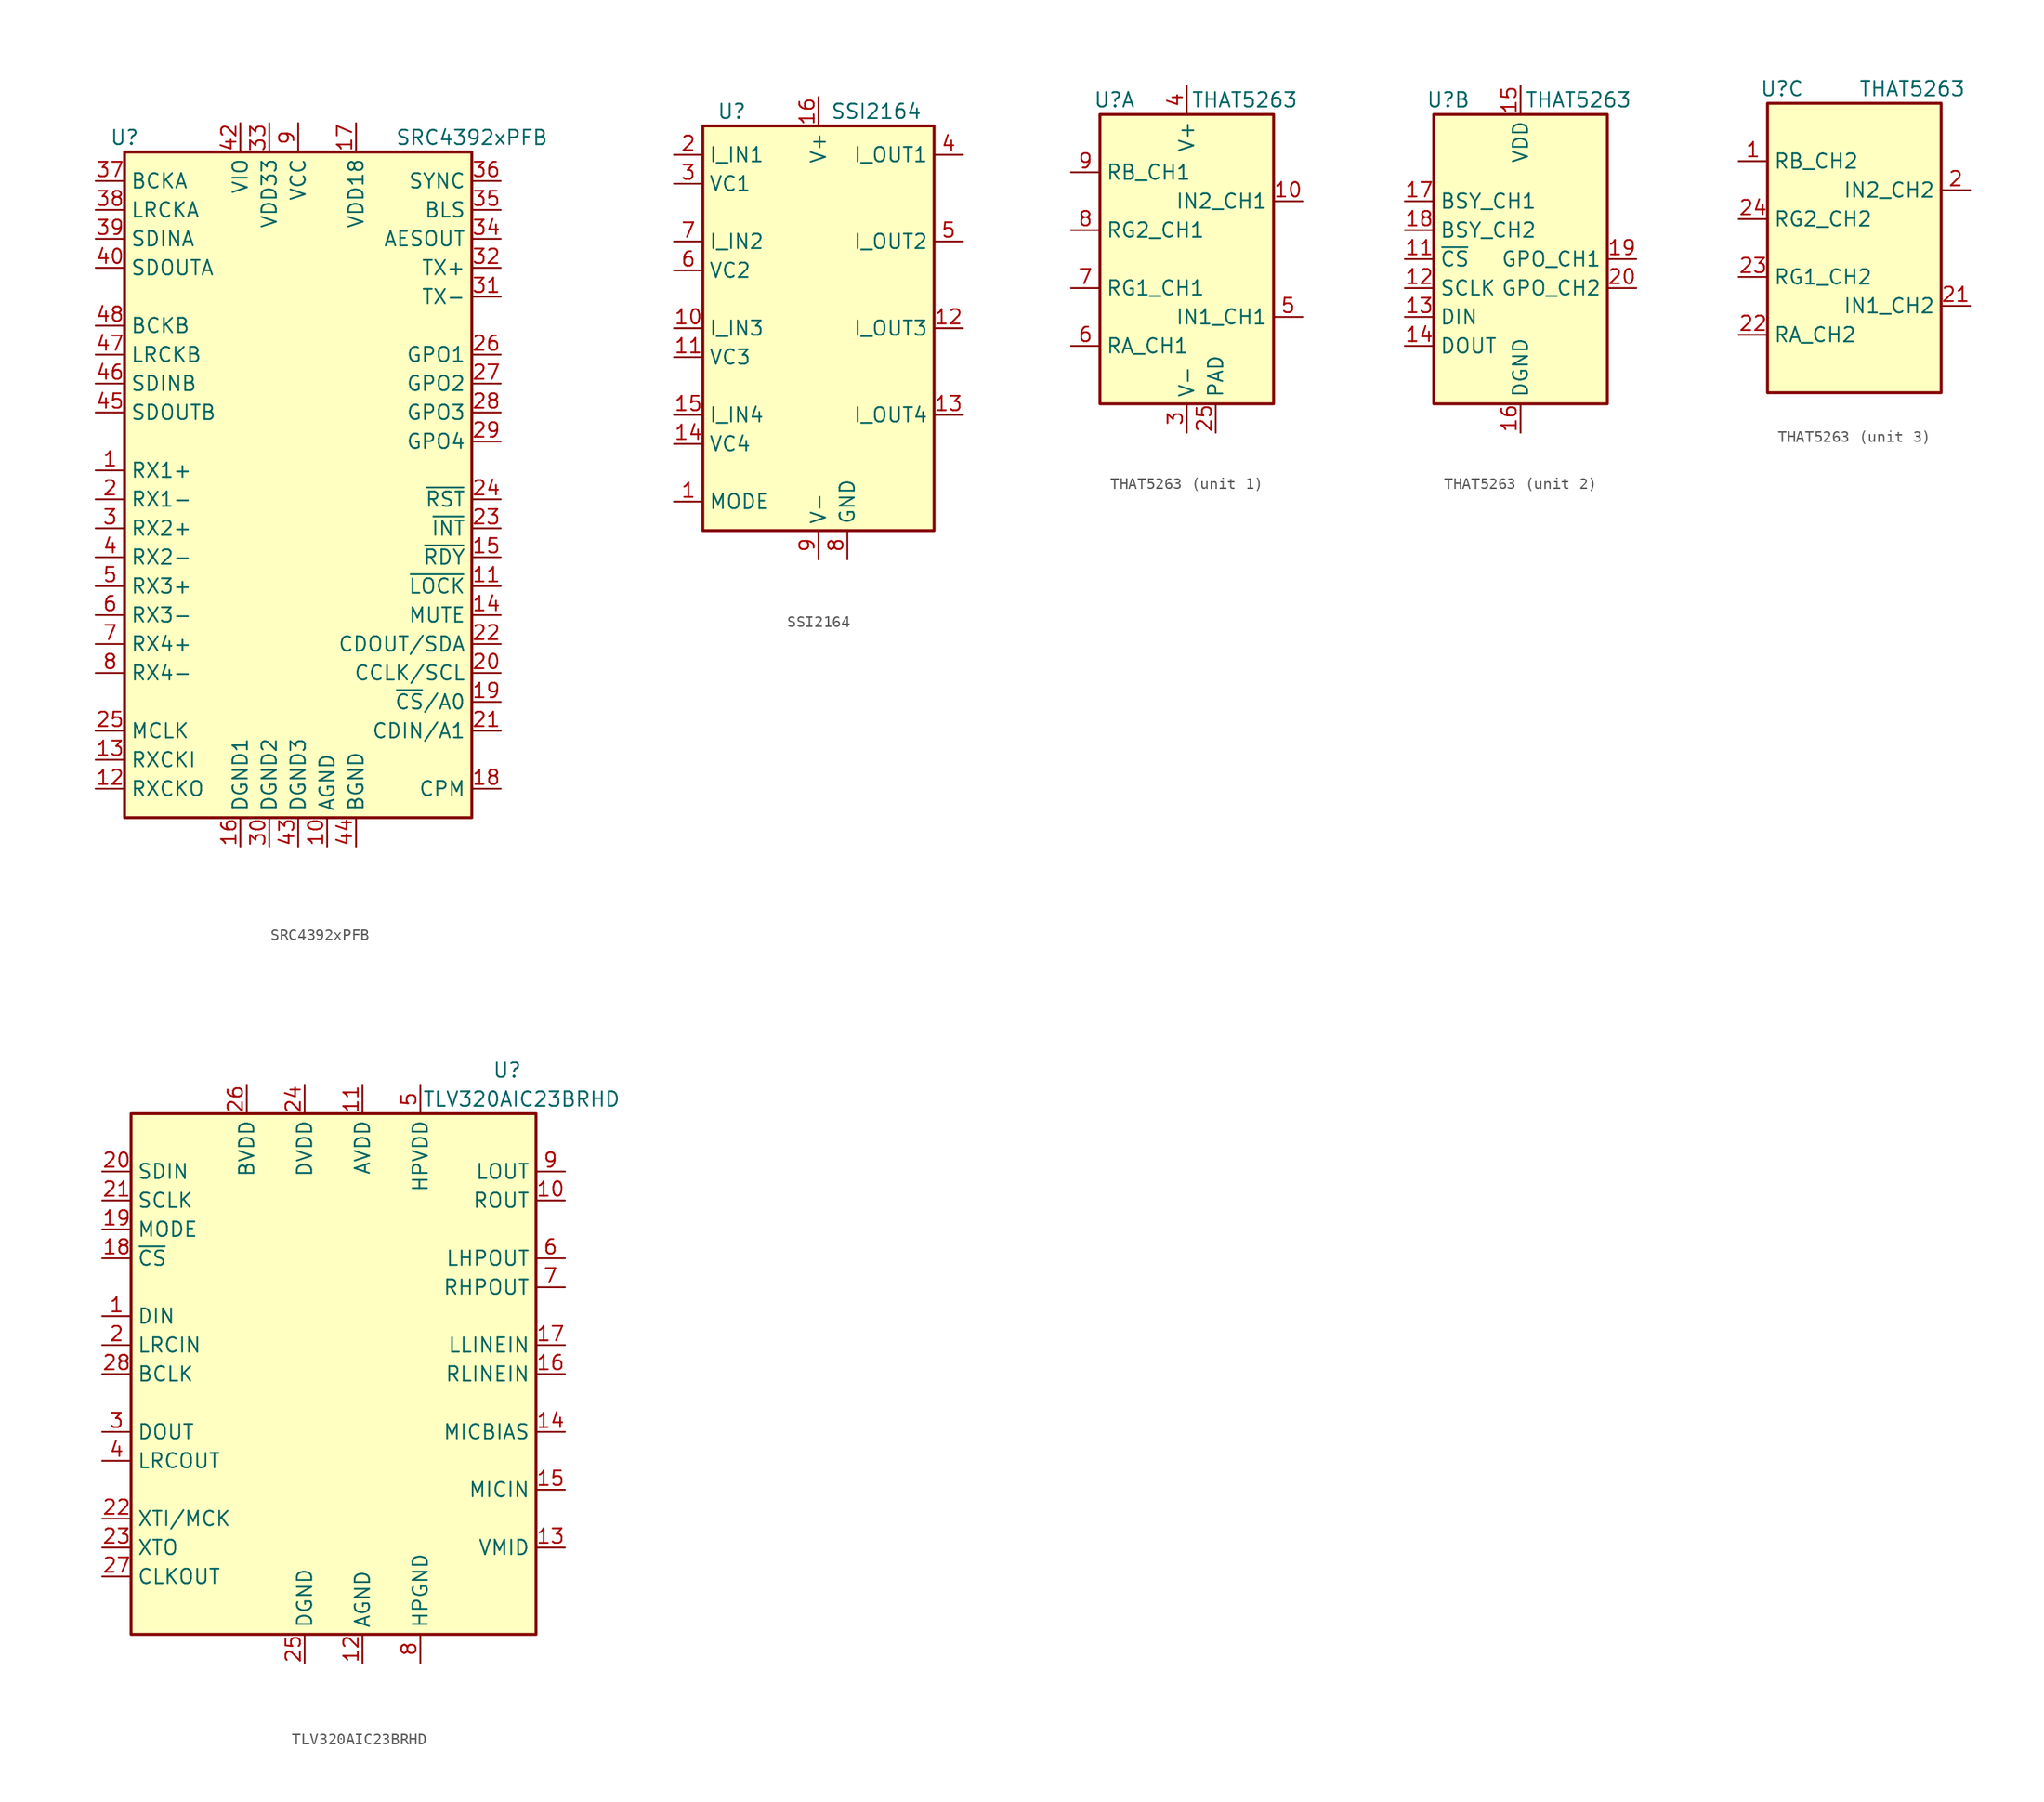
<source format=kicad_sym>
(kicad_symbol_lib
  (version 20220914)
  (generator kicad_symbol_editor)
  (symbol "SRC4392xPFB"
    (property "Reference" "U"
      (at -15.24 31.75 0)
      (effects (font (size 1.27 1.27))))
    (property "Value" "SRC4392xPFB"
      (at 15.24 31.75 0)
      (effects (font (size 1.27 1.27))))
    (symbol "SRC4392xPFB_0_1"
      (rectangle (start -15.24 30.48) (end 15.24 -27.94) (stroke (width 0.254) (type default)) (fill (type background))))
    (symbol "SRC4392xPFB_1_1"
      (pin input line (at -17.78 2.54 0) (length 2.54) (name "RX1+" (effects (font (size 1.27 1.27)))) (number "1" (effects (font (size 1.27 1.27)))))
      (pin power_in line (at 2.54 -30.48 90) (length 2.54) (name "AGND" (effects (font (size 1.27 1.27)))) (number "10" (effects (font (size 1.27 1.27)))))
      (pin output line (at 17.78 -7.62 180) (length 2.54) (name "~{LOCK}" (effects (font (size 1.27 1.27)))) (number "11" (effects (font (size 1.27 1.27)))))
      (pin output line (at -17.78 -25.4 0) (length 2.54) (name "RXCKO" (effects (font (size 1.27 1.27)))) (number "12" (effects (font (size 1.27 1.27)))))
      (pin input line (at -17.78 -22.86 0) (length 2.54) (name "RXCKI" (effects (font (size 1.27 1.27)))) (number "13" (effects (font (size 1.27 1.27)))))
      (pin input line (at 17.78 -10.16 180) (length 2.54) (name "MUTE" (effects (font (size 1.27 1.27)))) (number "14" (effects (font (size 1.27 1.27)))))
      (pin output line (at 17.78 -5.08 180) (length 2.54) (name "~{RDY}" (effects (font (size 1.27 1.27)))) (number "15" (effects (font (size 1.27 1.27)))))
      (pin power_in line (at -5.08 -30.48 90) (length 2.54) (name "DGND1" (effects (font (size 1.27 1.27)))) (number "16" (effects (font (size 1.27 1.27)))))
      (pin power_in line (at 5.08 33.02 270) (length 2.54) (name "VDD18" (effects (font (size 1.27 1.27)))) (number "17" (effects (font (size 1.27 1.27)))))
      (pin input line (at 17.78 -25.4 180) (length 2.54) (name "CPM" (effects (font (size 1.27 1.27)))) (number "18" (effects (font (size 1.27 1.27)))))
      (pin input line (at 17.78 -17.78 180) (length 2.54) (name "~{CS}/A0" (effects (font (size 1.27 1.27)))) (number "19" (effects (font (size 1.27 1.27)))))
      (pin input line (at -17.78 0 0) (length 2.54) (name "RX1-" (effects (font (size 1.27 1.27)))) (number "2" (effects (font (size 1.27 1.27)))))
      (pin input line (at 17.78 -15.24 180) (length 2.54) (name "CCLK/SCL" (effects (font (size 1.27 1.27)))) (number "20" (effects (font (size 1.27 1.27)))))
      (pin input line (at 17.78 -20.32 180) (length 2.54) (name "CDIN/A1" (effects (font (size 1.27 1.27)))) (number "21" (effects (font (size 1.27 1.27)))))
      (pin bidirectional line (at 17.78 -12.7 180) (length 2.54) (name "CDOUT/SDA" (effects (font (size 1.27 1.27)))) (number "22" (effects (font (size 1.27 1.27)))))
      (pin open_collector line (at 17.78 -2.54 180) (length 2.54) (name "~{INT}" (effects (font (size 1.27 1.27)))) (number "23" (effects (font (size 1.27 1.27)))))
      (pin input line (at 17.78 0 180) (length 2.54) (name "~{RST}" (effects (font (size 1.27 1.27)))) (number "24" (effects (font (size 1.27 1.27)))))
      (pin input line (at -17.78 -20.32 0) (length 2.54) (name "MCLK" (effects (font (size 1.27 1.27)))) (number "25" (effects (font (size 1.27 1.27)))))
      (pin output line (at 17.78 12.7 180) (length 2.54) (name "GPO1" (effects (font (size 1.27 1.27)))) (number "26" (effects (font (size 1.27 1.27)))))
      (pin output line (at 17.78 10.16 180) (length 2.54) (name "GPO2" (effects (font (size 1.27 1.27)))) (number "27" (effects (font (size 1.27 1.27)))))
      (pin output line (at 17.78 7.62 180) (length 2.54) (name "GPO3" (effects (font (size 1.27 1.27)))) (number "28" (effects (font (size 1.27 1.27)))))
      (pin output line (at 17.78 5.08 180) (length 2.54) (name "GPO4" (effects (font (size 1.27 1.27)))) (number "29" (effects (font (size 1.27 1.27)))))
      (pin input line (at -17.78 -2.54 0) (length 2.54) (name "RX2+" (effects (font (size 1.27 1.27)))) (number "3" (effects (font (size 1.27 1.27)))))
      (pin power_in line (at -2.54 -30.48 90) (length 2.54) (name "DGND2" (effects (font (size 1.27 1.27)))) (number "30" (effects (font (size 1.27 1.27)))))
      (pin output line (at 17.78 17.78 180) (length 2.54) (name "TX-" (effects (font (size 1.27 1.27)))) (number "31" (effects (font (size 1.27 1.27)))))
      (pin output line (at 17.78 20.32 180) (length 2.54) (name "TX+" (effects (font (size 1.27 1.27)))) (number "32" (effects (font (size 1.27 1.27)))))
      (pin power_in line (at -2.54 33.02 270) (length 2.54) (name "VDD33" (effects (font (size 1.27 1.27)))) (number "33" (effects (font (size 1.27 1.27)))))
      (pin output line (at 17.78 22.86 180) (length 2.54) (name "AESOUT" (effects (font (size 1.27 1.27)))) (number "34" (effects (font (size 1.27 1.27)))))
      (pin bidirectional line (at 17.78 25.4 180) (length 2.54) (name "BLS" (effects (font (size 1.27 1.27)))) (number "35" (effects (font (size 1.27 1.27)))))
      (pin output line (at 17.78 27.94 180) (length 2.54) (name "SYNC" (effects (font (size 1.27 1.27)))) (number "36" (effects (font (size 1.27 1.27)))))
      (pin bidirectional line (at -17.78 27.94 0) (length 2.54) (name "BCKA" (effects (font (size 1.27 1.27)))) (number "37" (effects (font (size 1.27 1.27)))))
      (pin bidirectional line (at -17.78 25.4 0) (length 2.54) (name "LRCKA" (effects (font (size 1.27 1.27)))) (number "38" (effects (font (size 1.27 1.27)))))
      (pin input line (at -17.78 22.86 0) (length 2.54) (name "SDINA" (effects (font (size 1.27 1.27)))) (number "39" (effects (font (size 1.27 1.27)))))
      (pin input line (at -17.78 -5.08 0) (length 2.54) (name "RX2-" (effects (font (size 1.27 1.27)))) (number "4" (effects (font (size 1.27 1.27)))))
      (pin output line (at -17.78 20.32 0) (length 2.54) (name "SDOUTA" (effects (font (size 1.27 1.27)))) (number "40" (effects (font (size 1.27 1.27)))))
      (pin no_connect line (at 10.16 -27.94 90) (length 2.54) hide (name "NC" (effects (font (size 1.27 1.27)))) (number "41" (effects (font (size 1.27 1.27)))))
      (pin power_in line (at -5.08 33.02 270) (length 2.54) (name "VIO" (effects (font (size 1.27 1.27)))) (number "42" (effects (font (size 1.27 1.27)))))
      (pin power_in line (at 0 -30.48 90) (length 2.54) (name "DGND3" (effects (font (size 1.27 1.27)))) (number "43" (effects (font (size 1.27 1.27)))))
      (pin power_in line (at 5.08 -30.48 90) (length 2.54) (name "BGND" (effects (font (size 1.27 1.27)))) (number "44" (effects (font (size 1.27 1.27)))))
      (pin output line (at -17.78 7.62 0) (length 2.54) (name "SDOUTB" (effects (font (size 1.27 1.27)))) (number "45" (effects (font (size 1.27 1.27)))))
      (pin input line (at -17.78 10.16 0) (length 2.54) (name "SDINB" (effects (font (size 1.27 1.27)))) (number "46" (effects (font (size 1.27 1.27)))))
      (pin bidirectional line (at -17.78 12.7 0) (length 2.54) (name "LRCKB" (effects (font (size 1.27 1.27)))) (number "47" (effects (font (size 1.27 1.27)))))
      (pin bidirectional line (at -17.78 15.24 0) (length 2.54) (name "BCKB" (effects (font (size 1.27 1.27)))) (number "48" (effects (font (size 1.27 1.27)))))
      (pin input line (at -17.78 -7.62 0) (length 2.54) (name "RX3+" (effects (font (size 1.27 1.27)))) (number "5" (effects (font (size 1.27 1.27)))))
      (pin input line (at -17.78 -10.16 0) (length 2.54) (name "RX3-" (effects (font (size 1.27 1.27)))) (number "6" (effects (font (size 1.27 1.27)))))
      (pin input line (at -17.78 -12.7 0) (length 2.54) (name "RX4+" (effects (font (size 1.27 1.27)))) (number "7" (effects (font (size 1.27 1.27)))))
      (pin input line (at -17.78 -15.24 0) (length 2.54) (name "RX4-" (effects (font (size 1.27 1.27)))) (number "8" (effects (font (size 1.27 1.27)))))
      (pin power_in line (at 0 33.02 270) (length 2.54) (name "VCC" (effects (font (size 1.27 1.27)))) (number "9" (effects (font (size 1.27 1.27)))))))
  (symbol "SSI2164"
    (property "Reference" "U"
      (at -7.62 19.05 0)
      (effects (font (size 1.27 1.27))))
    (property "Value" "SSI2164"
      (at 5.08 19.05 0)
      (effects (font (size 1.27 1.27))))
    (symbol "SSI2164_0_1"
      (rectangle (start -10.16 17.78) (end 10.16 -17.78) (stroke (width 0.254) (type default)) (fill (type background))))
    (symbol "SSI2164_1_1"
      (pin passive line (at -12.7 -15.24 0) (length 2.54) (name "MODE" (effects (font (size 1.27 1.27)))) (number "1" (effects (font (size 1.27 1.27)))))
      (pin input line (at -12.7 0 0) (length 2.54) (name "I_IN3" (effects (font (size 1.27 1.27)))) (number "10" (effects (font (size 1.27 1.27)))))
      (pin passive line (at -12.7 -2.54 0) (length 2.54) (name "VC3" (effects (font (size 1.27 1.27)))) (number "11" (effects (font (size 1.27 1.27)))))
      (pin output line (at 12.7 0 180) (length 2.54) (name "I_OUT3" (effects (font (size 1.27 1.27)))) (number "12" (effects (font (size 1.27 1.27)))))
      (pin output line (at 12.7 -7.62 180) (length 2.54) (name "I_OUT4" (effects (font (size 1.27 1.27)))) (number "13" (effects (font (size 1.27 1.27)))))
      (pin passive line (at -12.7 -10.16 0) (length 2.54) (name "VC4" (effects (font (size 1.27 1.27)))) (number "14" (effects (font (size 1.27 1.27)))))
      (pin input line (at -12.7 -7.62 0) (length 2.54) (name "I_IN4" (effects (font (size 1.27 1.27)))) (number "15" (effects (font (size 1.27 1.27)))))
      (pin power_in line (at 0 20.32 270) (length 2.54) (name "V+" (effects (font (size 1.27 1.27)))) (number "16" (effects (font (size 1.27 1.27)))))
      (pin input line (at -12.7 15.24 0) (length 2.54) (name "I_IN1" (effects (font (size 1.27 1.27)))) (number "2" (effects (font (size 1.27 1.27)))))
      (pin passive line (at -12.7 12.7 0) (length 2.54) (name "VC1" (effects (font (size 1.27 1.27)))) (number "3" (effects (font (size 1.27 1.27)))))
      (pin output line (at 12.7 15.24 180) (length 2.54) (name "I_OUT1" (effects (font (size 1.27 1.27)))) (number "4" (effects (font (size 1.27 1.27)))))
      (pin output line (at 12.7 7.62 180) (length 2.54) (name "I_OUT2" (effects (font (size 1.27 1.27)))) (number "5" (effects (font (size 1.27 1.27)))))
      (pin passive line (at -12.7 5.08 0) (length 2.54) (name "VC2" (effects (font (size 1.27 1.27)))) (number "6" (effects (font (size 1.27 1.27)))))
      (pin input line (at -12.7 7.62 0) (length 2.54) (name "I_IN2" (effects (font (size 1.27 1.27)))) (number "7" (effects (font (size 1.27 1.27)))))
      (pin power_in line (at 2.54 -20.32 90) (length 2.54) (name "GND" (effects (font (size 1.27 1.27)))) (number "8" (effects (font (size 1.27 1.27)))))
      (pin power_in line (at 0 -20.32 90) (length 2.54) (name "V-" (effects (font (size 1.27 1.27)))) (number "9" (effects (font (size 1.27 1.27)))))))
  (symbol "THAT5263"
    (property "Reference" "U"
      (at -6.35 13.97 0)
      (effects (font (size 1.27 1.27))))
    (property "Value" "THAT5263"
      (at 5.08 13.97 0)
      (effects (font (size 1.27 1.27))))
    (property "ki_locked" ""
      (at 0 0 0)
      (effects (font (size 1.27 1.27))))
    (symbol "THAT5263_0_1"
      (rectangle (start -7.62 12.7) (end 7.62 -12.7) (stroke (width 0.254) (type default)) (fill (type background))))
    (symbol "THAT5263_1_1"
      (pin input line (at 10.16 5.08 180) (length 2.54) (name "IN2_CH1" (effects (font (size 1.27 1.27)))) (number "10" (effects (font (size 1.27 1.27)))))
      (pin passive line (at 2.54 -15.24 90) (length 2.54) (name "PAD" (effects (font (size 1.27 1.27)))) (number "25" (effects (font (size 1.27 1.27)))))
      (pin power_in line (at 0 -15.24 90) (length 2.54) (name "V-" (effects (font (size 1.27 1.27)))) (number "3" (effects (font (size 1.27 1.27)))))
      (pin power_in line (at 0 15.24 270) (length 2.54) (name "V+" (effects (font (size 1.27 1.27)))) (number "4" (effects (font (size 1.27 1.27)))))
      (pin input line (at 10.16 -5.08 180) (length 2.54) (name "IN1_CH1" (effects (font (size 1.27 1.27)))) (number "5" (effects (font (size 1.27 1.27)))))
      (pin passive line (at -10.16 -7.62 0) (length 2.54) (name "RA_CH1" (effects (font (size 1.27 1.27)))) (number "6" (effects (font (size 1.27 1.27)))))
      (pin passive line (at -10.16 -2.54 0) (length 2.54) (name "RG1_CH1" (effects (font (size 1.27 1.27)))) (number "7" (effects (font (size 1.27 1.27)))))
      (pin passive line (at -10.16 2.54 0) (length 2.54) (name "RG2_CH1" (effects (font (size 1.27 1.27)))) (number "8" (effects (font (size 1.27 1.27)))))
      (pin passive line (at -10.16 7.62 0) (length 2.54) (name "RB_CH1" (effects (font (size 1.27 1.27)))) (number "9" (effects (font (size 1.27 1.27))))))
    (symbol "THAT5263_2_1"
      (pin input line (at -10.16 0 0) (length 2.54) (name "~{CS}" (effects (font (size 1.27 1.27)))) (number "11" (effects (font (size 1.27 1.27)))))
      (pin input line (at -10.16 -2.54 0) (length 2.54) (name "SCLK" (effects (font (size 1.27 1.27)))) (number "12" (effects (font (size 1.27 1.27)))))
      (pin input line (at -10.16 -5.08 0) (length 2.54) (name "DIN" (effects (font (size 1.27 1.27)))) (number "13" (effects (font (size 1.27 1.27)))))
      (pin tri_state line (at -10.16 -7.62 0) (length 2.54) (name "DOUT" (effects (font (size 1.27 1.27)))) (number "14" (effects (font (size 1.27 1.27)))))
      (pin power_in line (at 0 15.24 270) (length 2.54) (name "VDD" (effects (font (size 1.27 1.27)))) (number "15" (effects (font (size 1.27 1.27)))))
      (pin power_in line (at 0 -15.24 90) (length 2.54) (name "DGND" (effects (font (size 1.27 1.27)))) (number "16" (effects (font (size 1.27 1.27)))))
      (pin output line (at -10.16 5.08 0) (length 2.54) (name "BSY_CH1" (effects (font (size 1.27 1.27)))) (number "17" (effects (font (size 1.27 1.27)))))
      (pin output line (at -10.16 2.54 0) (length 2.54) (name "BSY_CH2" (effects (font (size 1.27 1.27)))) (number "18" (effects (font (size 1.27 1.27)))))
      (pin output line (at 10.16 0 180) (length 2.54) (name "GPO_CH1" (effects (font (size 1.27 1.27)))) (number "19" (effects (font (size 1.27 1.27)))))
      (pin output line (at 10.16 -2.54 180) (length 2.54) (name "GPO_CH2" (effects (font (size 1.27 1.27)))) (number "20" (effects (font (size 1.27 1.27))))))
    (symbol "THAT5263_3_1"
      (pin passive line (at -10.16 7.62 0) (length 2.54) (name "RB_CH2" (effects (font (size 1.27 1.27)))) (number "1" (effects (font (size 1.27 1.27)))))
      (pin input line (at 10.16 5.08 180) (length 2.54) (name "IN2_CH2" (effects (font (size 1.27 1.27)))) (number "2" (effects (font (size 1.27 1.27)))))
      (pin input line (at 10.16 -5.08 180) (length 2.54) (name "IN1_CH2" (effects (font (size 1.27 1.27)))) (number "21" (effects (font (size 1.27 1.27)))))
      (pin passive line (at -10.16 -7.62 0) (length 2.54) (name "RA_CH2" (effects (font (size 1.27 1.27)))) (number "22" (effects (font (size 1.27 1.27)))))
      (pin passive line (at -10.16 -2.54 0) (length 2.54) (name "RG1_CH2" (effects (font (size 1.27 1.27)))) (number "23" (effects (font (size 1.27 1.27)))))
      (pin passive line (at -10.16 2.54 0) (length 2.54) (name "RG2_CH2" (effects (font (size 1.27 1.27)))) (number "24" (effects (font (size 1.27 1.27)))))))
  (symbol "TLV320AIC23BRHD"
    (property "Reference" "U"
      (at 15.24 26.67 0)
      (effects (font (size 1.27 1.27))))
    (property "Value" "TLV320AIC23BRHD"
      (at 16.51 24.13 0)
      (effects (font (size 1.27 1.27))))
    (symbol "TLV320AIC23BRHD_0_1"
      (rectangle (start -17.78 22.86) (end 17.78 -22.86) (stroke (width 0.254) (type default)) (fill (type background))))
    (symbol "TLV320AIC23BRHD_1_1"
      (pin input line (at -20.32 5.08 0) (length 2.54) (name "DIN" (effects (font (size 1.27 1.27)))) (number "1" (effects (font (size 1.27 1.27)))))
      (pin passive line (at 20.32 15.24 180) (length 2.54) (name "ROUT" (effects (font (size 1.27 1.27)))) (number "10" (effects (font (size 1.27 1.27)))))
      (pin power_in line (at 2.54 25.4 270) (length 2.54) (name "AVDD" (effects (font (size 1.27 1.27)))) (number "11" (effects (font (size 1.27 1.27)))))
      (pin power_in line (at 2.54 -25.4 90) (length 2.54) (name "AGND" (effects (font (size 1.27 1.27)))) (number "12" (effects (font (size 1.27 1.27)))))
      (pin passive line (at 20.32 -15.24 180) (length 2.54) (name "VMID" (effects (font (size 1.27 1.27)))) (number "13" (effects (font (size 1.27 1.27)))))
      (pin passive line (at 20.32 -5.08 180) (length 2.54) (name "MICBIAS" (effects (font (size 1.27 1.27)))) (number "14" (effects (font (size 1.27 1.27)))))
      (pin passive line (at 20.32 -10.16 180) (length 2.54) (name "MICIN" (effects (font (size 1.27 1.27)))) (number "15" (effects (font (size 1.27 1.27)))))
      (pin passive line (at 20.32 0 180) (length 2.54) (name "RLINEIN" (effects (font (size 1.27 1.27)))) (number "16" (effects (font (size 1.27 1.27)))))
      (pin passive line (at 20.32 2.54 180) (length 2.54) (name "LLINEIN" (effects (font (size 1.27 1.27)))) (number "17" (effects (font (size 1.27 1.27)))))
      (pin input line (at -20.32 10.16 0) (length 2.54) (name "~{CS}" (effects (font (size 1.27 1.27)))) (number "18" (effects (font (size 1.27 1.27)))))
      (pin input line (at -20.32 12.7 0) (length 2.54) (name "MODE" (effects (font (size 1.27 1.27)))) (number "19" (effects (font (size 1.27 1.27)))))
      (pin input line (at -20.32 2.54 0) (length 2.54) (name "LRCIN" (effects (font (size 1.27 1.27)))) (number "2" (effects (font (size 1.27 1.27)))))
      (pin input line (at -20.32 17.78 0) (length 2.54) (name "SDIN" (effects (font (size 1.27 1.27)))) (number "20" (effects (font (size 1.27 1.27)))))
      (pin input line (at -20.32 15.24 0) (length 2.54) (name "SCLK" (effects (font (size 1.27 1.27)))) (number "21" (effects (font (size 1.27 1.27)))))
      (pin passive line (at -20.32 -12.7 0) (length 2.54) (name "XTI/MCK" (effects (font (size 1.27 1.27)))) (number "22" (effects (font (size 1.27 1.27)))))
      (pin passive line (at -20.32 -15.24 0) (length 2.54) (name "XTO" (effects (font (size 1.27 1.27)))) (number "23" (effects (font (size 1.27 1.27)))))
      (pin power_in line (at -2.54 25.4 270) (length 2.54) (name "DVDD" (effects (font (size 1.27 1.27)))) (number "24" (effects (font (size 1.27 1.27)))))
      (pin power_in line (at -2.54 -25.4 90) (length 2.54) (name "DGND" (effects (font (size 1.27 1.27)))) (number "25" (effects (font (size 1.27 1.27)))))
      (pin power_in line (at -7.62 25.4 270) (length 2.54) (name "BVDD" (effects (font (size 1.27 1.27)))) (number "26" (effects (font (size 1.27 1.27)))))
      (pin output line (at -20.32 -17.78 0) (length 2.54) (name "CLKOUT" (effects (font (size 1.27 1.27)))) (number "27" (effects (font (size 1.27 1.27)))))
      (pin bidirectional line (at -20.32 0 0) (length 2.54) (name "BCLK" (effects (font (size 1.27 1.27)))) (number "28" (effects (font (size 1.27 1.27)))))
      (pin passive line (at 2.54 -25.4 90) (length 2.54) hide (name "AGND" (effects (font (size 1.27 1.27)))) (number "29" (effects (font (size 1.27 1.27)))))
      (pin output line (at -20.32 -5.08 0) (length 2.54) (name "DOUT" (effects (font (size 1.27 1.27)))) (number "3" (effects (font (size 1.27 1.27)))))
      (pin output line (at -20.32 -7.62 0) (length 2.54) (name "LRCOUT" (effects (font (size 1.27 1.27)))) (number "4" (effects (font (size 1.27 1.27)))))
      (pin power_in line (at 7.62 25.4 270) (length 2.54) (name "HPVDD" (effects (font (size 1.27 1.27)))) (number "5" (effects (font (size 1.27 1.27)))))
      (pin passive line (at 20.32 10.16 180) (length 2.54) (name "LHPOUT" (effects (font (size 1.27 1.27)))) (number "6" (effects (font (size 1.27 1.27)))))
      (pin passive line (at 20.32 7.62 180) (length 2.54) (name "RHPOUT" (effects (font (size 1.27 1.27)))) (number "7" (effects (font (size 1.27 1.27)))))
      (pin power_in line (at 7.62 -25.4 90) (length 2.54) (name "HPGND" (effects (font (size 1.27 1.27)))) (number "8" (effects (font (size 1.27 1.27)))))
      (pin passive line (at 20.32 17.78 180) (length 2.54) (name "LOUT" (effects (font (size 1.27 1.27)))) (number "9" (effects (font (size 1.27 1.27))))))))
</source>
